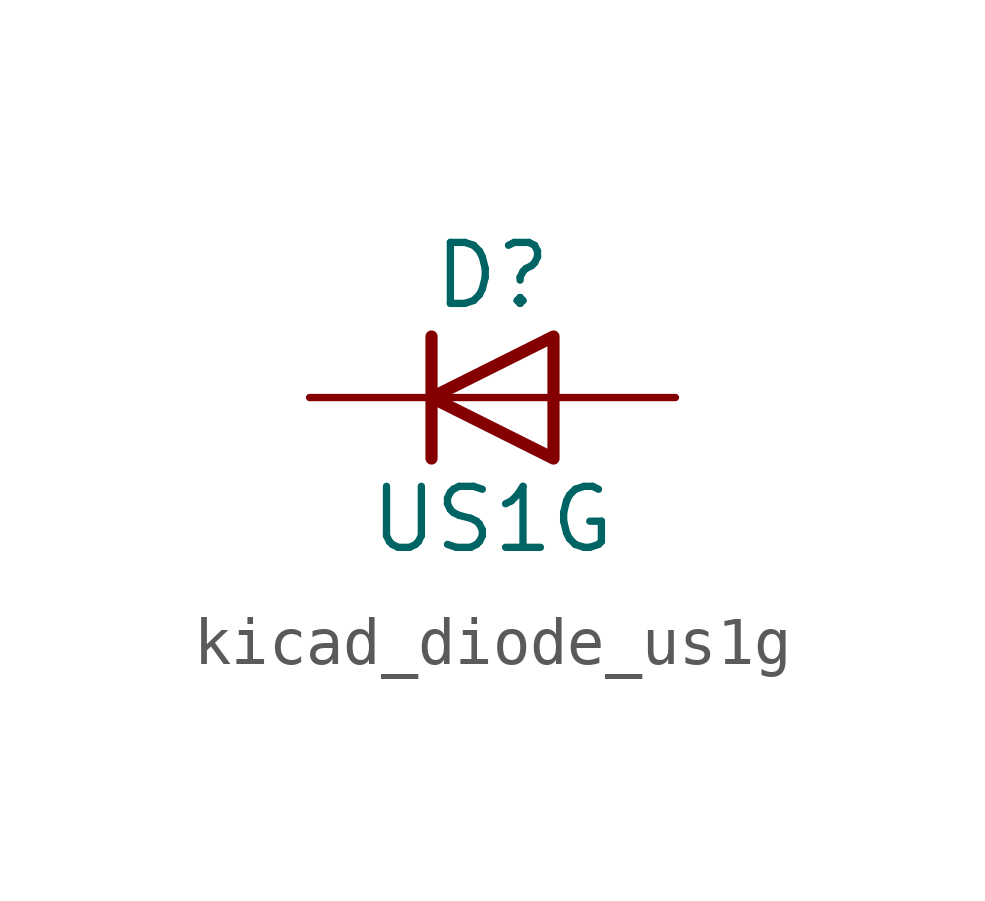
<source format=kicad_sym>
(kicad_symbol_lib
  (version 20220914)
  (generator kicad_symbol_editor)
  (symbol "kicad_diode_us1g"
    (pin_numbers hide)
    (pin_names hide)
    (property "Reference" "D"
      (at 0 2.54 0)
      (effects (font (size 1.27 1.27))))
    (property "Value" "US1G"
      (at 0 -2.54 0)
      (effects (font (size 1.27 1.27))))
    (symbol "kicad_diode_us1g_0_1"
      (polyline (pts (xy -1.27 1.27) (xy -1.27 -1.27)) (stroke (width 0.254) (type default)) (fill (type none)))
      (polyline (pts (xy 1.27 0) (xy -1.27 0)) (stroke (width 0) (type default)) (fill (type none)))
      (polyline (pts (xy 1.27 1.27) (xy 1.27 -1.27) (xy -1.27 0) (xy 1.27 1.27)) (stroke (width 0.254) (type default)) (fill (type none))))
    (symbol "kicad_diode_us1g_1_1"
      (pin passive line (at -3.81 0 0) (length 2.54) (name "K" (effects (font (size 1.27 1.27)))) (number "1" (effects (font (size 1.27 1.27)))))
      (pin passive line (at 3.81 0 180) (length 2.54) (name "A" (effects (font (size 1.27 1.27)))) (number "2" (effects (font (size 1.27 1.27))))))))
</source>
